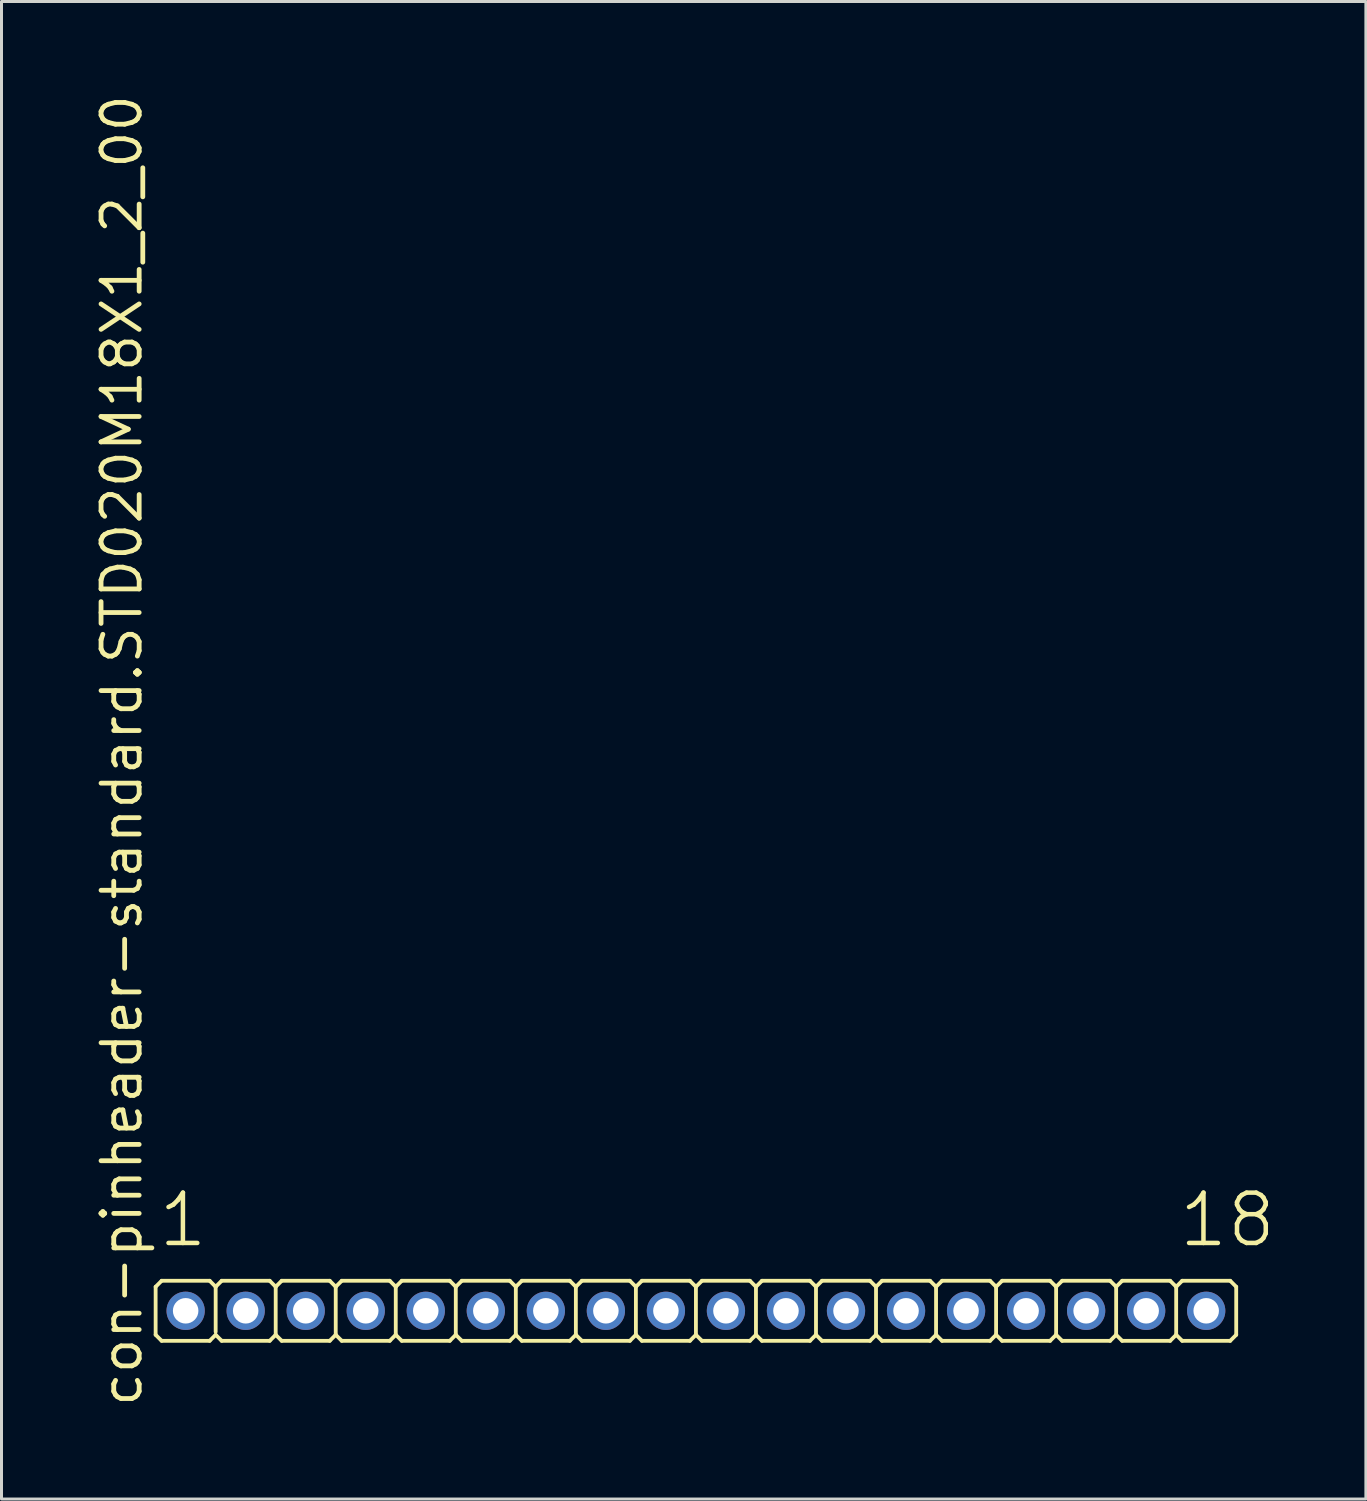
<source format=kicad_pcb>
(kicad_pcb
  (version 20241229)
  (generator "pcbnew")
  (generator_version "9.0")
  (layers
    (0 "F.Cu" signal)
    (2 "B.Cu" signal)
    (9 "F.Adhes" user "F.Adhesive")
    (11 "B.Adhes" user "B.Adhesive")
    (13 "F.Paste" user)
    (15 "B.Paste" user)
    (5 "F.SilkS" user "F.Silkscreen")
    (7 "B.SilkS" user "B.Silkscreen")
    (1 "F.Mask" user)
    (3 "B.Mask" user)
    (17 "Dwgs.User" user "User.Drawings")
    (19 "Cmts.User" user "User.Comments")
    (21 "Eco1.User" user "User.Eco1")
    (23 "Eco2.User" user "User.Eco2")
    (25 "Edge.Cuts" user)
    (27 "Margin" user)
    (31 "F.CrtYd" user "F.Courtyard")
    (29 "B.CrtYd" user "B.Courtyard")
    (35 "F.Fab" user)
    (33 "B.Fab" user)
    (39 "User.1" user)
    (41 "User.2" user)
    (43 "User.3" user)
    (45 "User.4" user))
  (footprint "con-pinheader-standard.STD020M18X1_2_00"
    (layer "F.Cu")
    (at 20.135 40.62)
    (property "Reference" "con-pinheader-standard.STD020M18X1_2_00" (at -18.385 3.27 90) (layer "F.SilkS") (effects (font (size 1.27 1.27) (thickness 0.16)) (justify left bottom)))
    (attr through_hole)
    (fp_line (start -18 0.8) (end -18 -0.8) (stroke (width 0.127) (type default)) (layer "F.SilkS"))
    (fp_line (start -17.8 -1) (end -18 -0.8) (stroke (width 0.127) (type default)) (layer "F.SilkS"))
    (fp_line (start -17.8 -1) (end -16.2 -1) (stroke (width 0.127) (type default)) (layer "F.SilkS"))
    (fp_line (start -17.8 1) (end -18 0.8) (stroke (width 0.127) (type default)) (layer "F.SilkS"))
    (fp_line (start -16.2 -1) (end -16 -0.8) (stroke (width 0.127) (type default)) (layer "F.SilkS"))
    (fp_line (start -16.2 1) (end -17.8 1) (stroke (width 0.127) (type default)) (layer "F.SilkS"))
    (fp_line (start -16.2 1) (end -16 0.8) (stroke (width 0.127) (type default)) (layer "F.SilkS"))
    (fp_line (start -16 -0.8) (end -16 0.7) (stroke (width 0.127) (type default)) (layer "F.SilkS"))
    (fp_line (start -15.8 -1) (end -16 -0.8) (stroke (width 0.127) (type default)) (layer "F.SilkS"))
    (fp_line (start -15.8 -1) (end -14.2 -1) (stroke (width 0.127) (type default)) (layer "F.SilkS"))
    (fp_line (start -15.8 1) (end -16 0.8) (stroke (width 0.127) (type default)) (layer "F.SilkS"))
    (fp_line (start -14.2 -1) (end -14 -0.8) (stroke (width 0.127) (type default)) (layer "F.SilkS"))
    (fp_line (start -14.2 1) (end -15.8 1) (stroke (width 0.127) (type default)) (layer "F.SilkS"))
    (fp_line (start -14.2 1) (end -14 0.8) (stroke (width 0.127) (type default)) (layer "F.SilkS"))
    (fp_line (start -14 -0.8) (end -14 0.8) (stroke (width 0.127) (type default)) (layer "F.SilkS"))
    (fp_line (start -13.8 -1) (end -14 -0.8) (stroke (width 0.127) (type default)) (layer "F.SilkS"))
    (fp_line (start -13.8 -1) (end -12.2 -1) (stroke (width 0.127) (type default)) (layer "F.SilkS"))
    (fp_line (start -13.8 1) (end -14 0.8) (stroke (width 0.127) (type default)) (layer "F.SilkS"))
    (fp_line (start -12.2 -1) (end -12 -0.8) (stroke (width 0.127) (type default)) (layer "F.SilkS"))
    (fp_line (start -12.2 1) (end -13.8 1) (stroke (width 0.127) (type default)) (layer "F.SilkS"))
    (fp_line (start -12.2 1) (end -12 0.8) (stroke (width 0.127) (type default)) (layer "F.SilkS"))
    (fp_line (start -12 -0.8) (end -12 0.8) (stroke (width 0.127) (type default)) (layer "F.SilkS"))
    (fp_line (start -11.8 -1) (end -12 -0.8) (stroke (width 0.127) (type default)) (layer "F.SilkS"))
    (fp_line (start -11.8 -1) (end -10.2 -1) (stroke (width 0.127) (type default)) (layer "F.SilkS"))
    (fp_line (start -11.8 1) (end -12 0.8) (stroke (width 0.127) (type default)) (layer "F.SilkS"))
    (fp_line (start -10.2 -1) (end -10 -0.8) (stroke (width 0.127) (type default)) (layer "F.SilkS"))
    (fp_line (start -10.2 1) (end -11.8 1) (stroke (width 0.127) (type default)) (layer "F.SilkS"))
    (fp_line (start -10.2 1) (end -10 0.8) (stroke (width 0.127) (type default)) (layer "F.SilkS"))
    (fp_line (start -10 -0.8) (end -10 0.8) (stroke (width 0.127) (type default)) (layer "F.SilkS"))
    (fp_line (start -9.8 -1) (end -10 -0.8) (stroke (width 0.127) (type default)) (layer "F.SilkS"))
    (fp_line (start -9.8 -1) (end -8.2 -1) (stroke (width 0.127) (type default)) (layer "F.SilkS"))
    (fp_line (start -9.8 1) (end -10 0.8) (stroke (width 0.127) (type default)) (layer "F.SilkS"))
    (fp_line (start -8.2 -1) (end -8 -0.8) (stroke (width 0.127) (type default)) (layer "F.SilkS"))
    (fp_line (start -8.2 1) (end -9.8 1) (stroke (width 0.127) (type default)) (layer "F.SilkS"))
    (fp_line (start -8.2 1) (end -8 0.8) (stroke (width 0.127) (type default)) (layer "F.SilkS"))
    (fp_line (start -8 -0.8) (end -8 0.8) (stroke (width 0.127) (type default)) (layer "F.SilkS"))
    (fp_line (start -7.8 -1) (end -8 -0.8) (stroke (width 0.127) (type default)) (layer "F.SilkS"))
    (fp_line (start -7.8 -1) (end -6.2 -1) (stroke (width 0.127) (type default)) (layer "F.SilkS"))
    (fp_line (start -7.8 1) (end -8 0.8) (stroke (width 0.127) (type default)) (layer "F.SilkS"))
    (fp_line (start -6.2 -1) (end -6 -0.8) (stroke (width 0.127) (type default)) (layer "F.SilkS"))
    (fp_line (start -6.2 1) (end -7.8 1) (stroke (width 0.127) (type default)) (layer "F.SilkS"))
    (fp_line (start -6.2 1) (end -6 0.8) (stroke (width 0.127) (type default)) (layer "F.SilkS"))
    (fp_line (start -6 -0.8) (end -6 0.8) (stroke (width 0.127) (type default)) (layer "F.SilkS"))
    (fp_line (start -5.8 -1) (end -6 -0.8) (stroke (width 0.127) (type default)) (layer "F.SilkS"))
    (fp_line (start -5.8 -1) (end -4.2 -1) (stroke (width 0.127) (type default)) (layer "F.SilkS"))
    (fp_line (start -5.8 1) (end -6 0.8) (stroke (width 0.127) (type default)) (layer "F.SilkS"))
    (fp_line (start -4.2 -1) (end -4 -0.8) (stroke (width 0.127) (type default)) (layer "F.SilkS"))
    (fp_line (start -4.2 1) (end -5.8 1) (stroke (width 0.127) (type default)) (layer "F.SilkS"))
    (fp_line (start -4.2 1) (end -4 0.8) (stroke (width 0.127) (type default)) (layer "F.SilkS"))
    (fp_line (start -4 -0.8) (end -4 0.8) (stroke (width 0.127) (type default)) (layer "F.SilkS"))
    (fp_line (start -3.8 -1) (end -4 -0.8) (stroke (width 0.127) (type default)) (layer "F.SilkS"))
    (fp_line (start -3.8 -1) (end -2.2 -1) (stroke (width 0.127) (type default)) (layer "F.SilkS"))
    (fp_line (start -3.8 1) (end -4 0.8) (stroke (width 0.127) (type default)) (layer "F.SilkS"))
    (fp_line (start -2.2 -1) (end -2 -0.8) (stroke (width 0.127) (type default)) (layer "F.SilkS"))
    (fp_line (start -2.2 1) (end -3.8 1) (stroke (width 0.127) (type default)) (layer "F.SilkS"))
    (fp_line (start -2.2 1) (end -2 0.8) (stroke (width 0.127) (type default)) (layer "F.SilkS"))
    (fp_line (start -2 -0.8) (end -2 0.8) (stroke (width 0.127) (type default)) (layer "F.SilkS"))
    (fp_line (start -1.8 -1) (end -2 -0.8) (stroke (width 0.127) (type default)) (layer "F.SilkS"))
    (fp_line (start -1.8 -1) (end -0.2 -1) (stroke (width 0.127) (type default)) (layer "F.SilkS"))
    (fp_line (start -1.8 1) (end -2 0.8) (stroke (width 0.127) (type default)) (layer "F.SilkS"))
    (fp_line (start -0.2 -1) (end 0 -0.8) (stroke (width 0.127) (type default)) (layer "F.SilkS"))
    (fp_line (start -0.2 1) (end -1.8 1) (stroke (width 0.127) (type default)) (layer "F.SilkS"))
    (fp_line (start -0.2 1) (end 0 0.8) (stroke (width 0.127) (type default)) (layer "F.SilkS"))
    (fp_line (start 0 -0.8) (end 0 0.8) (stroke (width 0.127) (type default)) (layer "F.SilkS"))
    (fp_line (start 0.2 -1) (end 0 -0.8) (stroke (width 0.127) (type default)) (layer "F.SilkS"))
    (fp_line (start 0.2 -1) (end 1.8 -1) (stroke (width 0.127) (type default)) (layer "F.SilkS"))
    (fp_line (start 0.2 1) (end 0 0.8) (stroke (width 0.127) (type default)) (layer "F.SilkS"))
    (fp_line (start 1.8 -1) (end 2 -0.8) (stroke (width 0.127) (type default)) (layer "F.SilkS"))
    (fp_line (start 1.8 1) (end 0.2 1) (stroke (width 0.127) (type default)) (layer "F.SilkS"))
    (fp_line (start 1.8 1) (end 2 0.8) (stroke (width 0.127) (type default)) (layer "F.SilkS"))
    (fp_line (start 2 -0.8) (end 2 0.8) (stroke (width 0.127) (type default)) (layer "F.SilkS"))
    (fp_line (start 2.2 -1) (end 2 -0.8) (stroke (width 0.127) (type default)) (layer "F.SilkS"))
    (fp_line (start 2.2 -1) (end 3.8 -1) (stroke (width 0.127) (type default)) (layer "F.SilkS"))
    (fp_line (start 2.2 1) (end 2 0.8) (stroke (width 0.127) (type default)) (layer "F.SilkS"))
    (fp_line (start 3.8 -1) (end 4 -0.8) (stroke (width 0.127) (type default)) (layer "F.SilkS"))
    (fp_line (start 3.8 1) (end 2.2 1) (stroke (width 0.127) (type default)) (layer "F.SilkS"))
    (fp_line (start 3.8 1) (end 4 0.8) (stroke (width 0.127) (type default)) (layer "F.SilkS"))
    (fp_line (start 4 -0.8) (end 4 0.8) (stroke (width 0.127) (type default)) (layer "F.SilkS"))
    (fp_line (start 4.2 -1) (end 4 -0.8) (stroke (width 0.127) (type default)) (layer "F.SilkS"))
    (fp_line (start 4.2 -1) (end 5.8 -1) (stroke (width 0.127) (type default)) (layer "F.SilkS"))
    (fp_line (start 4.2 1) (end 4 0.8) (stroke (width 0.127) (type default)) (layer "F.SilkS"))
    (fp_line (start 5.8 -1) (end 6 -0.8) (stroke (width 0.127) (type default)) (layer "F.SilkS"))
    (fp_line (start 5.8 1) (end 4.2 1) (stroke (width 0.127) (type default)) (layer "F.SilkS"))
    (fp_line (start 5.8 1) (end 6 0.8) (stroke (width 0.127) (type default)) (layer "F.SilkS"))
    (fp_line (start 6 -0.8) (end 6 0.8) (stroke (width 0.127) (type default)) (layer "F.SilkS"))
    (fp_line (start 6.2 -1) (end 6 -0.8) (stroke (width 0.127) (type default)) (layer "F.SilkS"))
    (fp_line (start 6.2 -1) (end 7.8 -1) (stroke (width 0.127) (type default)) (layer "F.SilkS"))
    (fp_line (start 6.2 1) (end 6 0.8) (stroke (width 0.127) (type default)) (layer "F.SilkS"))
    (fp_line (start 7.8 -1) (end 8 -0.8) (stroke (width 0.127) (type default)) (layer "F.SilkS"))
    (fp_line (start 7.8 1) (end 6.2 1) (stroke (width 0.127) (type default)) (layer "F.SilkS"))
    (fp_line (start 7.8 1) (end 8 0.8) (stroke (width 0.127) (type default)) (layer "F.SilkS"))
    (fp_line (start 8 -0.8) (end 8 0.8) (stroke (width 0.127) (type default)) (layer "F.SilkS"))
    (fp_line (start 8.2 -1) (end 8 -0.8) (stroke (width 0.127) (type default)) (layer "F.SilkS"))
    (fp_line (start 8.2 -1) (end 9.8 -1) (stroke (width 0.127) (type default)) (layer "F.SilkS"))
    (fp_line (start 8.2 1) (end 8 0.8) (stroke (width 0.127) (type default)) (layer "F.SilkS"))
    (fp_line (start 9.8 -1) (end 10 -0.8) (stroke (width 0.127) (type default)) (layer "F.SilkS"))
    (fp_line (start 9.8 1) (end 8.2 1) (stroke (width 0.127) (type default)) (layer "F.SilkS"))
    (fp_line (start 9.8 1) (end 10 0.8) (stroke (width 0.127) (type default)) (layer "F.SilkS"))
    (fp_line (start 10 -0.8) (end 10 0.8) (stroke (width 0.127) (type default)) (layer "F.SilkS"))
    (fp_line (start 10.2 -1) (end 10 -0.8) (stroke (width 0.127) (type default)) (layer "F.SilkS"))
    (fp_line (start 10.2 -1) (end 11.8 -1) (stroke (width 0.127) (type default)) (layer "F.SilkS"))
    (fp_line (start 10.2 1) (end 10 0.8) (stroke (width 0.127) (type default)) (layer "F.SilkS"))
    (fp_line (start 11.8 -1) (end 12 -0.8) (stroke (width 0.127) (type default)) (layer "F.SilkS"))
    (fp_line (start 11.8 1) (end 10.2 1) (stroke (width 0.127) (type default)) (layer "F.SilkS"))
    (fp_line (start 11.8 1) (end 12 0.8) (stroke (width 0.127) (type default)) (layer "F.SilkS"))
    (fp_line (start 12 -0.8) (end 12 0.8) (stroke (width 0.127) (type default)) (layer "F.SilkS"))
    (fp_line (start 12.2 -1) (end 12 -0.8) (stroke (width 0.127) (type default)) (layer "F.SilkS"))
    (fp_line (start 12.2 -1) (end 13.8 -1) (stroke (width 0.127) (type default)) (layer "F.SilkS"))
    (fp_line (start 12.2 1) (end 12 0.8) (stroke (width 0.127) (type default)) (layer "F.SilkS"))
    (fp_line (start 13.8 -1) (end 14 -0.8) (stroke (width 0.127) (type default)) (layer "F.SilkS"))
    (fp_line (start 13.8 1) (end 12.2 1) (stroke (width 0.127) (type default)) (layer "F.SilkS"))
    (fp_line (start 13.8 1) (end 14 0.8) (stroke (width 0.127) (type default)) (layer "F.SilkS"))
    (fp_line (start 14 -0.8) (end 14 0.8) (stroke (width 0.127) (type default)) (layer "F.SilkS"))
    (fp_line (start 14.2 -1) (end 14 -0.8) (stroke (width 0.127) (type default)) (layer "F.SilkS"))
    (fp_line (start 14.2 -1) (end 15.8 -1) (stroke (width 0.127) (type default)) (layer "F.SilkS"))
    (fp_line (start 14.2 1) (end 14 0.8) (stroke (width 0.127) (type default)) (layer "F.SilkS"))
    (fp_line (start 15.8 -1) (end 16 -0.8) (stroke (width 0.127) (type default)) (layer "F.SilkS"))
    (fp_line (start 15.8 1) (end 14.2 1) (stroke (width 0.127) (type default)) (layer "F.SilkS"))
    (fp_line (start 15.8 1) (end 16 0.8) (stroke (width 0.127) (type default)) (layer "F.SilkS"))
    (fp_line (start 16 -0.8) (end 16 0.8) (stroke (width 0.127) (type default)) (layer "F.SilkS"))
    (fp_line (start 16.2 -1) (end 16 -0.8) (stroke (width 0.127) (type default)) (layer "F.SilkS"))
    (fp_line (start 16.2 -1) (end 17.8 -1) (stroke (width 0.127) (type default)) (layer "F.SilkS"))
    (fp_line (start 16.2 1) (end 16 0.8) (stroke (width 0.127) (type default)) (layer "F.SilkS"))
    (fp_line (start 17.8 -1) (end 18 -0.8) (stroke (width 0.127) (type default)) (layer "F.SilkS"))
    (fp_line (start 17.8 1) (end 16.2 1) (stroke (width 0.127) (type default)) (layer "F.SilkS"))
    (fp_line (start 17.8 1) (end 18 0.8) (stroke (width 0.127) (type default)) (layer "F.SilkS"))
    (fp_line (start 18 -0.8) (end 18 0.8) (stroke (width 0.127) (type default)) (layer "F.SilkS"))
    (fp_rect (start -17.25 0.25) (end -16.75 -0.25) (stroke (width 0.05) (type default)) (fill no) (layer "F.Fab"))
    (fp_rect (start -15.25 0.25) (end -14.75 -0.25) (stroke (width 0.05) (type default)) (fill no) (layer "F.Fab"))
    (fp_rect (start -13.25 0.25) (end -12.75 -0.25) (stroke (width 0.05) (type default)) (fill no) (layer "F.Fab"))
    (fp_rect (start -11.25 0.25) (end -10.75 -0.25) (stroke (width 0.05) (type default)) (fill no) (layer "F.Fab"))
    (fp_rect (start -9.25 0.25) (end -8.75 -0.25) (stroke (width 0.05) (type default)) (fill no) (layer "F.Fab"))
    (fp_rect (start -7.25 0.25) (end -6.75 -0.25) (stroke (width 0.05) (type default)) (fill no) (layer "F.Fab"))
    (fp_rect (start -5.25 0.25) (end -4.75 -0.25) (stroke (width 0.05) (type default)) (fill no) (layer "F.Fab"))
    (fp_rect (start -3.25 0.25) (end -2.75 -0.25) (stroke (width 0.05) (type default)) (fill no) (layer "F.Fab"))
    (fp_rect (start -1.25 0.25) (end -0.75 -0.25) (stroke (width 0.05) (type default)) (fill no) (layer "F.Fab"))
    (fp_rect (start 0.75 0.25) (end 1.25 -0.25) (stroke (width 0.05) (type default)) (fill no) (layer "F.Fab"))
    (fp_rect (start 2.75 0.25) (end 3.25 -0.25) (stroke (width 0.05) (type default)) (fill no) (layer "F.Fab"))
    (fp_rect (start 4.75 0.25) (end 5.25 -0.25) (stroke (width 0.05) (type default)) (fill no) (layer "F.Fab"))
    (fp_rect (start 6.75 0.25) (end 7.25 -0.25) (stroke (width 0.05) (type default)) (fill no) (layer "F.Fab"))
    (fp_rect (start 8.75 0.25) (end 9.25 -0.25) (stroke (width 0.05) (type default)) (fill no) (layer "F.Fab"))
    (fp_rect (start 10.75 0.25) (end 11.25 -0.25) (stroke (width 0.05) (type default)) (fill no) (layer "F.Fab"))
    (fp_rect (start 12.75 0.25) (end 13.25 -0.25) (stroke (width 0.05) (type default)) (fill no) (layer "F.Fab"))
    (fp_rect (start 14.75 0.25) (end 15.25 -0.25) (stroke (width 0.05) (type default)) (fill no) (layer "F.Fab"))
    (fp_rect (start 16.75 0.25) (end 17.25 -0.25) (stroke (width 0.05) (type default)) (fill no) (layer "F.Fab"))
    (fp_text user "18" (at 16.012 -2.048 0) (layer "F.SilkS") (effects (font (size 1.676 1.676) (thickness 0.15)) (justify left bottom)))
    (fp_text user "1" (at -17.988 -2.048 0) (layer "F.SilkS") (effects (font (size 1.676 1.676) (thickness 0.15)) (justify left bottom)))
    (pad "1" thru_hole circle (at -17 0) (size 1.275 1.275) (drill 0.85) (layers "*.Cu" "*.Mask"))
    (pad "2" thru_hole circle (at -15 0) (size 1.275 1.275) (drill 0.85) (layers "*.Cu" "*.Mask"))
    (pad "3" thru_hole circle (at -13 0) (size 1.275 1.275) (drill 0.85) (layers "*.Cu" "*.Mask"))
    (pad "4" thru_hole circle (at -11 0) (size 1.275 1.275) (drill 0.85) (layers "*.Cu" "*.Mask"))
    (pad "5" thru_hole circle (at -9 0) (size 1.275 1.275) (drill 0.85) (layers "*.Cu" "*.Mask"))
    (pad "6" thru_hole circle (at -7 0) (size 1.275 1.275) (drill 0.85) (layers "*.Cu" "*.Mask"))
    (pad "7" thru_hole circle (at -5 0) (size 1.275 1.275) (drill 0.85) (layers "*.Cu" "*.Mask"))
    (pad "8" thru_hole circle (at -3 0) (size 1.275 1.275) (drill 0.85) (layers "*.Cu" "*.Mask"))
    (pad "9" thru_hole circle (at -1 0) (size 1.275 1.275) (drill 0.85) (layers "*.Cu" "*.Mask"))
    (pad "10" thru_hole circle (at 1 0) (size 1.275 1.275) (drill 0.85) (layers "*.Cu" "*.Mask"))
    (pad "11" thru_hole circle (at 3 0) (size 1.275 1.275) (drill 0.85) (layers "*.Cu" "*.Mask"))
    (pad "12" thru_hole circle (at 5 0) (size 1.275 1.275) (drill 0.85) (layers "*.Cu" "*.Mask"))
    (pad "13" thru_hole circle (at 7 0) (size 1.275 1.275) (drill 0.85) (layers "*.Cu" "*.Mask"))
    (pad "14" thru_hole circle (at 9 0) (size 1.275 1.275) (drill 0.85) (layers "*.Cu" "*.Mask"))
    (pad "15" thru_hole circle (at 11 0) (size 1.275 1.275) (drill 0.85) (layers "*.Cu" "*.Mask"))
    (pad "16" thru_hole circle (at 13 0) (size 1.275 1.275) (drill 0.85) (layers "*.Cu" "*.Mask"))
    (pad "17" thru_hole circle (at 15 0) (size 1.275 1.275) (drill 0.85) (layers "*.Cu" "*.Mask"))
    (pad "18" thru_hole circle (at 17 0) (size 1.275 1.275) (drill 0.85) (layers "*.Cu" "*.Mask")))
  (gr_rect
    (start -3 -3)
    (end 42.455 46.89)
    (stroke (width 0.1) (type default))
    (fill no)
    (layer "Edge.Cuts")))
</source>
